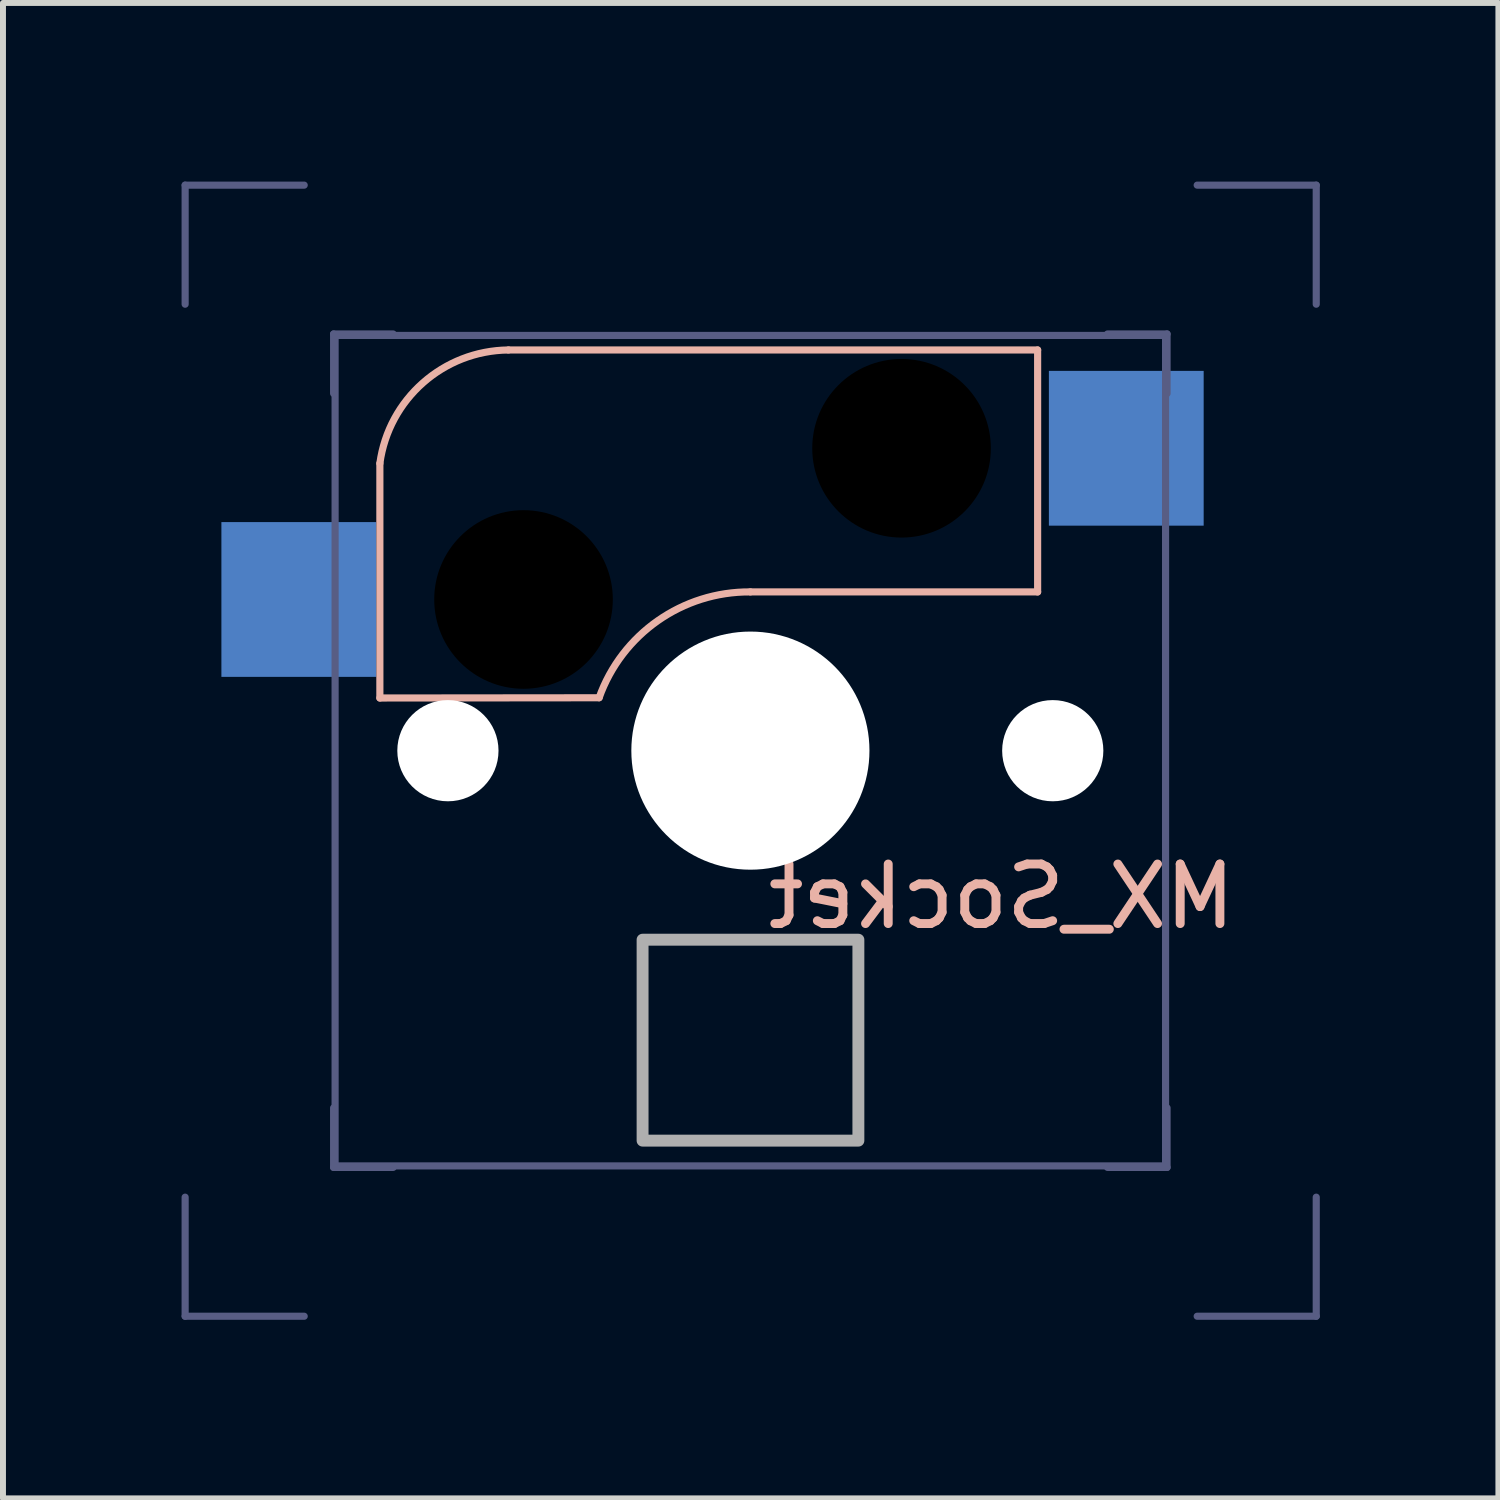
<source format=kicad_pcb>
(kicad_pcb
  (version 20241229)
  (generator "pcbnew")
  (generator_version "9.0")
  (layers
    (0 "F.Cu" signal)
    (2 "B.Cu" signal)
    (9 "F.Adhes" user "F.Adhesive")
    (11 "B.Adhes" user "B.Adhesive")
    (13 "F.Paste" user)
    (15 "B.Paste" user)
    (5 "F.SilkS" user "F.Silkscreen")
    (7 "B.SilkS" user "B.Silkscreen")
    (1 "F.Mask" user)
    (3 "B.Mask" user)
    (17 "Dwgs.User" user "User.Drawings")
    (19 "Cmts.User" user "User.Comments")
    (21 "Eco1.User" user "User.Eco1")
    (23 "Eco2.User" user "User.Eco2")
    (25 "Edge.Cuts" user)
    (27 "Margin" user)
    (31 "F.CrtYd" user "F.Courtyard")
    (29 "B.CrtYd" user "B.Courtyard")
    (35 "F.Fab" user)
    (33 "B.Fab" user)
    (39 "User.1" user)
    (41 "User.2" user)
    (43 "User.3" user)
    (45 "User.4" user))
  (footprint "MX_Socket"
    (layer "F.Cu")
    (at 9.555 9.559)
    (property "Reference" "MX_Socket" (at 4.22 2.45 0) (unlocked yes) (layer "B.SilkS") (effects (font (size 1 1) (thickness 0.15)) (justify mirror)))
    (attr smd)
    (fp_line (start -6.224 -0.884) (end -6.224 -4.825) (stroke (width 0.12) (type solid)) (layer "B.SilkS"))
    (fp_line (start -6.224 -0.884) (end -2.541 -0.888) (stroke (width 0.12) (type solid)) (layer "B.SilkS"))
    (fp_line (start -0.001 -2.666) (end 4.825 -2.666) (stroke (width 0.12) (type solid)) (layer "B.SilkS"))
    (fp_line (start 4.825 -6.73) (end -4.065 -6.73) (stroke (width 0.12) (type solid)) (layer "B.SilkS"))
    (fp_line (start 4.825 -2.666) (end 4.825 -6.73) (stroke (width 0.12) (type solid)) (layer "B.SilkS"))
    (fp_arc (start -6.224082 -4.825261) (mid -5.498787 -6.179195) (end -4.065082 -6.730261) (stroke (width 0.12) (type solid)) (layer "B.SilkS"))
    (fp_arc (start -2.541082 -0.888261) (mid -1.554773 -2.182533) (end -0.001082 -2.666261) (stroke (width 0.12) (type solid)) (layer "B.SilkS"))
    (fp_line (start -9.495 -9.499) (end -9.495 -7.499) (stroke (width 0.12) (type solid)) (layer "B.Fab"))
    (fp_line (start -9.495 9.501) (end -9.495 7.501) (stroke (width 0.12) (type solid)) (layer "B.Fab"))
    (fp_line (start -9.495 9.501) (end -7.495 9.501) (stroke (width 0.12) (type solid)) (layer "B.Fab"))
    (fp_line (start -7.495 -9.499) (end -9.495 -9.499) (stroke (width 0.12) (type solid)) (layer "B.Fab"))
    (fp_line (start -7.001 -6.999) (end -6.001 -6.999) (stroke (width 0.12) (type solid)) (layer "B.Fab"))
    (fp_line (start -7.001 -5.999) (end -7.001 -6.999) (stroke (width 0.12) (type solid)) (layer "B.Fab"))
    (fp_line (start -7.001 6.001) (end -7.001 7.001) (stroke (width 0.12) (type solid)) (layer "B.Fab"))
    (fp_line (start -7.001 7.001) (end -6.001 7.001) (stroke (width 0.12) (type solid)) (layer "B.Fab"))
    (fp_line (start -6.976 -6.974) (end 6.974 -6.974) (stroke (width 0.12) (type solid)) (layer "B.Fab"))
    (fp_line (start -6.976 6.976) (end -6.976 -6.974) (stroke (width 0.12) (type solid)) (layer "B.Fab"))
    (fp_line (start 5.999 7.001) (end 6.999 7.001) (stroke (width 0.12) (type solid)) (layer "B.Fab"))
    (fp_line (start 6.974 -6.974) (end 6.974 6.976) (stroke (width 0.12) (type solid)) (layer "B.Fab"))
    (fp_line (start 6.974 6.976) (end -6.976 6.976) (stroke (width 0.12) (type solid)) (layer "B.Fab"))
    (fp_line (start 6.999 -6.999) (end 5.999 -6.999) (stroke (width 0.12) (type solid)) (layer "B.Fab"))
    (fp_line (start 6.999 -6.999) (end 6.999 -5.999) (stroke (width 0.12) (type solid)) (layer "B.Fab"))
    (fp_line (start 6.999 7.001) (end 6.999 6.001) (stroke (width 0.12) (type solid)) (layer "B.Fab"))
    (fp_line (start 7.505 9.501) (end 9.505 9.501) (stroke (width 0.12) (type solid)) (layer "B.Fab"))
    (fp_line (start 9.505 -9.499) (end 7.505 -9.499) (stroke (width 0.12) (type solid)) (layer "B.Fab"))
    (fp_line (start 9.505 -7.499) (end 9.505 -9.499) (stroke (width 0.12) (type solid)) (layer "B.Fab"))
    (fp_line (start 9.505 9.501) (end 9.505 7.501) (stroke (width 0.12) (type solid)) (layer "B.Fab"))
    (fp_rect (start 1.814 6.551) (end -1.811 3.176) (stroke (width 0.2) (type solid)) (fill no) (layer "F.Fab"))
    (pad "" np_thru_hole circle (at -5.081 0.001 90) (size 1.7 1.7) (drill 1.7) (layers "*.Cu" "*.Mask"))
    (pad "" np_thru_hole circle (at -3.811 -2.539 180) (size 3 3) (drill 3) (layers "*.Mask"))
    (pad "" np_thru_hole circle (at 0 0 270) (size 4 4) (drill 4) (layers "*.Cu" "*.Mask"))
    (pad "" np_thru_hole circle (at 2.539 -5.079 180) (size 3 3) (drill 3) (layers "*.Mask"))
    (pad "" np_thru_hole circle (at 5.079 0.001 90) (size 1.7 1.7) (drill 1.7) (layers "*.Cu" "*.Mask"))
    (pad "1" smd rect (at 6.314 -5.079 180) (size 2.6 2.6) (layers "B.Cu" "B.Mask" "B.Paste"))
    (pad "2" smd rect (at -7.586 -2.539 180) (size 2.6 2.6) (layers "B.Cu" "B.Mask" "B.Paste")))
  (gr_rect
    (start -3 -3)
    (end 22.12 22.12)
    (stroke (width 0.1) (type default))
    (fill no)
    (layer "Edge.Cuts")))
</source>
